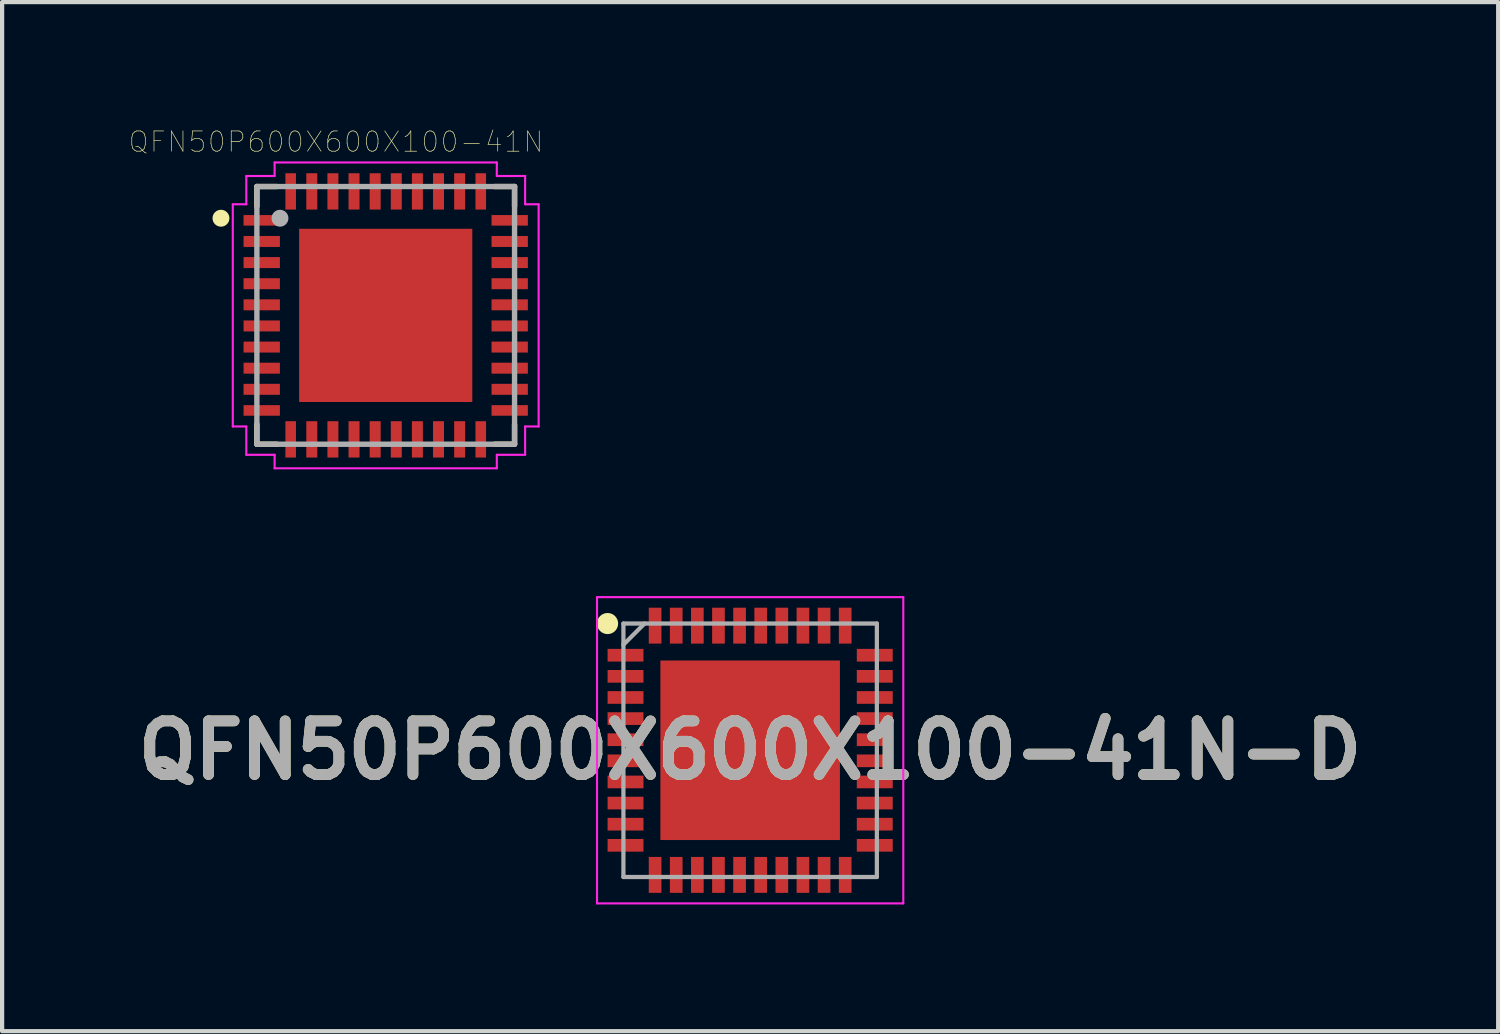
<source format=kicad_pcb>
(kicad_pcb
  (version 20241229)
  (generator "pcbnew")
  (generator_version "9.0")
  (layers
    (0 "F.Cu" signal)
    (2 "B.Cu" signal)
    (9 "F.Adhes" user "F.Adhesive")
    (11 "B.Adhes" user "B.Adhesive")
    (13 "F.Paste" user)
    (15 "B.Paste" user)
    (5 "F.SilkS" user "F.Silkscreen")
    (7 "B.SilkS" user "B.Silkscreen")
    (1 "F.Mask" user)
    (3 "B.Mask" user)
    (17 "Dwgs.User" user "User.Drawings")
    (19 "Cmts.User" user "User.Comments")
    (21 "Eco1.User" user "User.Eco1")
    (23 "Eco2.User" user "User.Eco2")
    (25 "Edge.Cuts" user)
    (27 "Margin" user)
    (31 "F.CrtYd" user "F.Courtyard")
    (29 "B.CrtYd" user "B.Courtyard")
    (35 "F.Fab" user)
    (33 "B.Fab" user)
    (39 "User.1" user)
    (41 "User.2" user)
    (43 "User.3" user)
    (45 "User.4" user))
  (footprint "QFN50P600X600X100-41N"
    (layer "F.Cu")
    (at 6.081 4.416)
    (property "Reference" "QFN50P600X600X100-41N" (at -1.177 -4.108 0) (layer "F.SilkS") (effects (font (size 0.48 0.48) (thickness 0.015))))
    (attr smd)
    (fp_line (start -3.05 -3.05) (end -2.58 -3.05) (stroke (width 0.127) (type solid)) (layer "F.SilkS"))
    (fp_line (start -3.05 -2.58) (end -3.05 -3.05) (stroke (width 0.127) (type solid)) (layer "F.SilkS"))
    (fp_line (start -3.05 2.58) (end -3.05 3.05) (stroke (width 0.127) (type solid)) (layer "F.SilkS"))
    (fp_line (start -3.05 3.05) (end -2.58 3.05) (stroke (width 0.127) (type solid)) (layer "F.SilkS"))
    (fp_line (start 2.58 -3.05) (end 3.05 -3.05) (stroke (width 0.127) (type solid)) (layer "F.SilkS"))
    (fp_line (start 2.58 3.05) (end 3.05 3.05) (stroke (width 0.127) (type solid)) (layer "F.SilkS"))
    (fp_line (start 3.05 -3.05) (end 3.05 -2.58) (stroke (width 0.127) (type solid)) (layer "F.SilkS"))
    (fp_line (start 3.05 3.05) (end 3.05 2.58) (stroke (width 0.127) (type solid)) (layer "F.SilkS"))
    (fp_circle (center -3.9 -2.3) (end -3.8 -2.3) (stroke (width 0.2) (type solid)) (fill no) (layer "F.SilkS"))
    (fp_line (start -3.62 -2.63) (end -3.3 -2.63) (stroke (width 0.05) (type solid)) (layer "F.CrtYd"))
    (fp_line (start -3.62 2.63) (end -3.62 -2.63) (stroke (width 0.05) (type solid)) (layer "F.CrtYd"))
    (fp_line (start -3.3 -3.3) (end -2.63 -3.3) (stroke (width 0.05) (type solid)) (layer "F.CrtYd"))
    (fp_line (start -3.3 -2.63) (end -3.3 -3.3) (stroke (width 0.05) (type solid)) (layer "F.CrtYd"))
    (fp_line (start -3.3 2.63) (end -3.62 2.63) (stroke (width 0.05) (type solid)) (layer "F.CrtYd"))
    (fp_line (start -3.3 3.3) (end -3.3 2.63) (stroke (width 0.05) (type solid)) (layer "F.CrtYd"))
    (fp_line (start -2.63 -3.62) (end 2.63 -3.62) (stroke (width 0.05) (type solid)) (layer "F.CrtYd"))
    (fp_line (start -2.63 -3.3) (end -2.63 -3.62) (stroke (width 0.05) (type solid)) (layer "F.CrtYd"))
    (fp_line (start -2.63 3.3) (end -3.3 3.3) (stroke (width 0.05) (type solid)) (layer "F.CrtYd"))
    (fp_line (start -2.63 3.62) (end -2.63 3.3) (stroke (width 0.05) (type solid)) (layer "F.CrtYd"))
    (fp_line (start 2.63 -3.62) (end 2.63 -3.3) (stroke (width 0.05) (type solid)) (layer "F.CrtYd"))
    (fp_line (start 2.63 -3.3) (end 3.3 -3.3) (stroke (width 0.05) (type solid)) (layer "F.CrtYd"))
    (fp_line (start 2.63 3.3) (end 2.63 3.62) (stroke (width 0.05) (type solid)) (layer "F.CrtYd"))
    (fp_line (start 2.63 3.62) (end -2.63 3.62) (stroke (width 0.05) (type solid)) (layer "F.CrtYd"))
    (fp_line (start 3.3 -3.3) (end 3.3 -2.63) (stroke (width 0.05) (type solid)) (layer "F.CrtYd"))
    (fp_line (start 3.3 -2.63) (end 3.62 -2.63) (stroke (width 0.05) (type solid)) (layer "F.CrtYd"))
    (fp_line (start 3.3 2.63) (end 3.3 3.3) (stroke (width 0.05) (type solid)) (layer "F.CrtYd"))
    (fp_line (start 3.3 3.3) (end 2.63 3.3) (stroke (width 0.05) (type solid)) (layer "F.CrtYd"))
    (fp_line (start 3.62 -2.63) (end 3.62 2.63) (stroke (width 0.05) (type solid)) (layer "F.CrtYd"))
    (fp_line (start 3.62 2.63) (end 3.3 2.63) (stroke (width 0.05) (type solid)) (layer "F.CrtYd"))
    (fp_line (start -3.05 -3.05) (end 3.05 -3.05) (stroke (width 0.127) (type solid)) (layer "F.Fab"))
    (fp_line (start -3.05 3.05) (end -3.05 -3.05) (stroke (width 0.127) (type solid)) (layer "F.Fab"))
    (fp_line (start 3.05 -3.05) (end 3.05 3.05) (stroke (width 0.127) (type solid)) (layer "F.Fab"))
    (fp_line (start 3.05 3.05) (end -3.05 3.05) (stroke (width 0.127) (type solid)) (layer "F.Fab"))
    (fp_circle (center -2.503 -2.3) (end -2.403 -2.3) (stroke (width 0.2) (type solid)) (fill no) (layer "F.Fab"))
    (pad "1" smd rect (at -2.935 -2.25) (size 0.86 0.25) (layers "F.Cu" "F.Mask" "F.Paste"))
    (pad "2" smd rect (at -2.935 -1.75) (size 0.86 0.26) (layers "F.Cu" "F.Mask" "F.Paste"))
    (pad "3" smd rect (at -2.935 -1.25) (size 0.86 0.26) (layers "F.Cu" "F.Mask" "F.Paste"))
    (pad "4" smd rect (at -2.935 -0.75) (size 0.86 0.26) (layers "F.Cu" "F.Mask" "F.Paste"))
    (pad "5" smd rect (at -2.935 -0.25) (size 0.86 0.26) (layers "F.Cu" "F.Mask" "F.Paste"))
    (pad "6" smd rect (at -2.935 0.25) (size 0.86 0.26) (layers "F.Cu" "F.Mask" "F.Paste"))
    (pad "7" smd rect (at -2.935 0.75) (size 0.86 0.26) (layers "F.Cu" "F.Mask" "F.Paste"))
    (pad "8" smd rect (at -2.935 1.25) (size 0.86 0.26) (layers "F.Cu" "F.Mask" "F.Paste"))
    (pad "9" smd rect (at -2.935 1.75) (size 0.86 0.26) (layers "F.Cu" "F.Mask" "F.Paste"))
    (pad "10" smd rect (at -2.935 2.25) (size 0.86 0.25) (layers "F.Cu" "F.Mask" "F.Paste"))
    (pad "11" smd rect (at -2.25 2.935) (size 0.25 0.86) (layers "F.Cu" "F.Mask" "F.Paste"))
    (pad "12" smd rect (at -1.75 2.935) (size 0.26 0.86) (layers "F.Cu" "F.Mask" "F.Paste"))
    (pad "13" smd rect (at -1.25 2.935) (size 0.26 0.86) (layers "F.Cu" "F.Mask" "F.Paste"))
    (pad "14" smd rect (at -0.75 2.935) (size 0.26 0.86) (layers "F.Cu" "F.Mask" "F.Paste"))
    (pad "15" smd rect (at -0.25 2.935) (size 0.26 0.86) (layers "F.Cu" "F.Mask" "F.Paste"))
    (pad "16" smd rect (at 0.25 2.935) (size 0.26 0.86) (layers "F.Cu" "F.Mask" "F.Paste"))
    (pad "17" smd rect (at 0.75 2.935) (size 0.26 0.86) (layers "F.Cu" "F.Mask" "F.Paste"))
    (pad "18" smd rect (at 1.25 2.935) (size 0.26 0.86) (layers "F.Cu" "F.Mask" "F.Paste"))
    (pad "19" smd rect (at 1.75 2.935) (size 0.26 0.86) (layers "F.Cu" "F.Mask" "F.Paste"))
    (pad "20" smd rect (at 2.25 2.935) (size 0.25 0.86) (layers "F.Cu" "F.Mask" "F.Paste"))
    (pad "21" smd rect (at 2.935 2.25) (size 0.86 0.25) (layers "F.Cu" "F.Mask" "F.Paste"))
    (pad "22" smd rect (at 2.935 1.75) (size 0.86 0.26) (layers "F.Cu" "F.Mask" "F.Paste"))
    (pad "23" smd rect (at 2.935 1.25) (size 0.86 0.26) (layers "F.Cu" "F.Mask" "F.Paste"))
    (pad "24" smd rect (at 2.935 0.75) (size 0.86 0.26) (layers "F.Cu" "F.Mask" "F.Paste"))
    (pad "25" smd rect (at 2.935 0.25) (size 0.86 0.26) (layers "F.Cu" "F.Mask" "F.Paste"))
    (pad "26" smd rect (at 2.935 -0.25) (size 0.86 0.26) (layers "F.Cu" "F.Mask" "F.Paste"))
    (pad "27" smd rect (at 2.935 -0.75) (size 0.86 0.26) (layers "F.Cu" "F.Mask" "F.Paste"))
    (pad "28" smd rect (at 2.935 -1.25) (size 0.86 0.26) (layers "F.Cu" "F.Mask" "F.Paste"))
    (pad "29" smd rect (at 2.935 -1.75) (size 0.86 0.26) (layers "F.Cu" "F.Mask" "F.Paste"))
    (pad "30" smd rect (at 2.935 -2.25) (size 0.86 0.25) (layers "F.Cu" "F.Mask" "F.Paste"))
    (pad "31" smd rect (at 2.25 -2.935) (size 0.25 0.86) (layers "F.Cu" "F.Mask" "F.Paste"))
    (pad "32" smd rect (at 1.75 -2.935) (size 0.26 0.86) (layers "F.Cu" "F.Mask" "F.Paste"))
    (pad "33" smd rect (at 1.25 -2.935) (size 0.26 0.86) (layers "F.Cu" "F.Mask" "F.Paste"))
    (pad "34" smd rect (at 0.75 -2.935) (size 0.26 0.86) (layers "F.Cu" "F.Mask" "F.Paste"))
    (pad "35" smd rect (at 0.25 -2.935) (size 0.26 0.86) (layers "F.Cu" "F.Mask" "F.Paste"))
    (pad "36" smd rect (at -0.25 -2.935) (size 0.26 0.86) (layers "F.Cu" "F.Mask" "F.Paste"))
    (pad "37" smd rect (at -0.75 -2.935) (size 0.26 0.86) (layers "F.Cu" "F.Mask" "F.Paste"))
    (pad "38" smd rect (at -1.25 -2.935) (size 0.26 0.86) (layers "F.Cu" "F.Mask" "F.Paste"))
    (pad "39" smd rect (at -1.75 -2.935) (size 0.26 0.86) (layers "F.Cu" "F.Mask" "F.Paste"))
    (pad "40" smd rect (at -2.25 -2.935) (size 0.25 0.86) (layers "F.Cu" "F.Mask" "F.Paste"))
    (pad "41" smd rect (at 0 0) (size 4.1 4.1) (layers "F.Cu" "F.Mask" "F.Paste")))
  (footprint "QFN50P600X600X100-41N-D"
    (layer "F.Cu")
    (at 14.708 14.711)
    (property "Reference" "QFN50P600X600X100-41N-D" (at 0 0 0) (layer "F.SilkS") (effects (font (size 1.27 1.27) (thickness 0.254))))
    (attr smd)
    (fp_circle (center -3.375 -3) (end -3.375 -2.875) (stroke (width 0.25) (type solid)) (fill no) (layer "F.SilkS"))
    (fp_line (start -3.625 -3.625) (end 3.625 -3.625) (stroke (width 0.05) (type solid)) (layer "F.CrtYd"))
    (fp_line (start -3.625 3.625) (end -3.625 -3.625) (stroke (width 0.05) (type solid)) (layer "F.CrtYd"))
    (fp_line (start 3.625 -3.625) (end 3.625 3.625) (stroke (width 0.05) (type solid)) (layer "F.CrtYd"))
    (fp_line (start 3.625 3.625) (end -3.625 3.625) (stroke (width 0.05) (type solid)) (layer "F.CrtYd"))
    (fp_line (start -3 -3) (end 3 -3) (stroke (width 0.1) (type solid)) (layer "F.Fab"))
    (fp_line (start -3 -2.5) (end -2.5 -3) (stroke (width 0.1) (type solid)) (layer "F.Fab"))
    (fp_line (start -3 3) (end -3 -3) (stroke (width 0.1) (type solid)) (layer "F.Fab"))
    (fp_line (start 3 -3) (end 3 3) (stroke (width 0.1) (type solid)) (layer "F.Fab"))
    (fp_line (start 3 3) (end -3 3) (stroke (width 0.1) (type solid)) (layer "F.Fab"))
    (fp_text user "${REFERENCE}" (at 0 0 0) (layer "F.Fab") (effects (font (size 1.27 1.27) (thickness 0.254))))
    (pad "" smd rect (at -1 -1) (size 1.5 1.5) (layers "F.Paste"))
    (pad "" smd rect (at -1 1) (size 1.5 1.5) (layers "F.Paste"))
    (pad "" smd rect (at 1 -1) (size 1.5 1.5) (layers "F.Paste"))
    (pad "" smd rect (at 1 1) (size 1.5 1.5) (layers "F.Paste"))
    (pad "1" smd rect (at -2.95 -2.25 90) (size 0.3 0.85) (layers "F.Cu" "F.Mask" "F.Paste"))
    (pad "2" smd rect (at -2.95 -1.75 90) (size 0.3 0.85) (layers "F.Cu" "F.Mask" "F.Paste"))
    (pad "3" smd rect (at -2.95 -1.25 90) (size 0.3 0.85) (layers "F.Cu" "F.Mask" "F.Paste"))
    (pad "4" smd rect (at -2.95 -0.75 90) (size 0.3 0.85) (layers "F.Cu" "F.Mask" "F.Paste"))
    (pad "5" smd rect (at -2.95 -0.25 90) (size 0.3 0.85) (layers "F.Cu" "F.Mask" "F.Paste"))
    (pad "6" smd rect (at -2.95 0.25 90) (size 0.3 0.85) (layers "F.Cu" "F.Mask" "F.Paste"))
    (pad "7" smd rect (at -2.95 0.75 90) (size 0.3 0.85) (layers "F.Cu" "F.Mask" "F.Paste"))
    (pad "8" smd rect (at -2.95 1.25 90) (size 0.3 0.85) (layers "F.Cu" "F.Mask" "F.Paste"))
    (pad "9" smd rect (at -2.95 1.75 90) (size 0.3 0.85) (layers "F.Cu" "F.Mask" "F.Paste"))
    (pad "10" smd rect (at -2.95 2.25 90) (size 0.3 0.85) (layers "F.Cu" "F.Mask" "F.Paste"))
    (pad "11" smd rect (at -2.25 2.95) (size 0.3 0.85) (layers "F.Cu" "F.Mask" "F.Paste"))
    (pad "12" smd rect (at -1.75 2.95) (size 0.3 0.85) (layers "F.Cu" "F.Mask" "F.Paste"))
    (pad "13" smd rect (at -1.25 2.95) (size 0.3 0.85) (layers "F.Cu" "F.Mask" "F.Paste"))
    (pad "14" smd rect (at -0.75 2.95) (size 0.3 0.85) (layers "F.Cu" "F.Mask" "F.Paste"))
    (pad "15" smd rect (at -0.25 2.95) (size 0.3 0.85) (layers "F.Cu" "F.Mask" "F.Paste"))
    (pad "16" smd rect (at 0.25 2.95) (size 0.3 0.85) (layers "F.Cu" "F.Mask" "F.Paste"))
    (pad "17" smd rect (at 0.75 2.95) (size 0.3 0.85) (layers "F.Cu" "F.Mask" "F.Paste"))
    (pad "18" smd rect (at 1.25 2.95) (size 0.3 0.85) (layers "F.Cu" "F.Mask" "F.Paste"))
    (pad "19" smd rect (at 1.75 2.95) (size 0.3 0.85) (layers "F.Cu" "F.Mask" "F.Paste"))
    (pad "20" smd rect (at 2.25 2.95) (size 0.3 0.85) (layers "F.Cu" "F.Mask" "F.Paste"))
    (pad "21" smd rect (at 2.95 2.25 90) (size 0.3 0.85) (layers "F.Cu" "F.Mask" "F.Paste"))
    (pad "22" smd rect (at 2.95 1.75 90) (size 0.3 0.85) (layers "F.Cu" "F.Mask" "F.Paste"))
    (pad "23" smd rect (at 2.95 1.25 90) (size 0.3 0.85) (layers "F.Cu" "F.Mask" "F.Paste"))
    (pad "24" smd rect (at 2.95 0.75 90) (size 0.3 0.85) (layers "F.Cu" "F.Mask" "F.Paste"))
    (pad "25" smd rect (at 2.95 0.25 90) (size 0.3 0.85) (layers "F.Cu" "F.Mask" "F.Paste"))
    (pad "26" smd rect (at 2.95 -0.25 90) (size 0.3 0.85) (layers "F.Cu" "F.Mask" "F.Paste"))
    (pad "27" smd rect (at 2.95 -0.75 90) (size 0.3 0.85) (layers "F.Cu" "F.Mask" "F.Paste"))
    (pad "28" smd rect (at 2.95 -1.25 90) (size 0.3 0.85) (layers "F.Cu" "F.Mask" "F.Paste"))
    (pad "29" smd rect (at 2.95 -1.75 90) (size 0.3 0.85) (layers "F.Cu" "F.Mask" "F.Paste"))
    (pad "30" smd rect (at 2.95 -2.25 90) (size 0.3 0.85) (layers "F.Cu" "F.Mask" "F.Paste"))
    (pad "31" smd rect (at 2.25 -2.95) (size 0.3 0.85) (layers "F.Cu" "F.Mask" "F.Paste"))
    (pad "32" smd rect (at 1.75 -2.95) (size 0.3 0.85) (layers "F.Cu" "F.Mask" "F.Paste"))
    (pad "33" smd rect (at 1.25 -2.95) (size 0.3 0.85) (layers "F.Cu" "F.Mask" "F.Paste"))
    (pad "34" smd rect (at 0.75 -2.95) (size 0.3 0.85) (layers "F.Cu" "F.Mask" "F.Paste"))
    (pad "35" smd rect (at 0.25 -2.95) (size 0.3 0.85) (layers "F.Cu" "F.Mask" "F.Paste"))
    (pad "36" smd rect (at -0.25 -2.95) (size 0.3 0.85) (layers "F.Cu" "F.Mask" "F.Paste"))
    (pad "37" smd rect (at -0.75 -2.95) (size 0.3 0.85) (layers "F.Cu" "F.Mask" "F.Paste"))
    (pad "38" smd rect (at -1.25 -2.95) (size 0.3 0.85) (layers "F.Cu" "F.Mask" "F.Paste"))
    (pad "39" smd rect (at -1.75 -2.95) (size 0.3 0.85) (layers "F.Cu" "F.Mask" "F.Paste"))
    (pad "40" smd rect (at -2.25 -2.95) (size 0.3 0.85) (layers "F.Cu" "F.Mask" "F.Paste"))
    (pad "41" smd rect (at 0 0) (size 4.25 4.25) (layers "F.Cu" "F.Mask")))
  (gr_rect
    (start -3 -3)
    (end 32.416 21.361)
    (stroke (width 0.1) (type default))
    (fill no)
    (layer "Edge.Cuts")))
</source>
